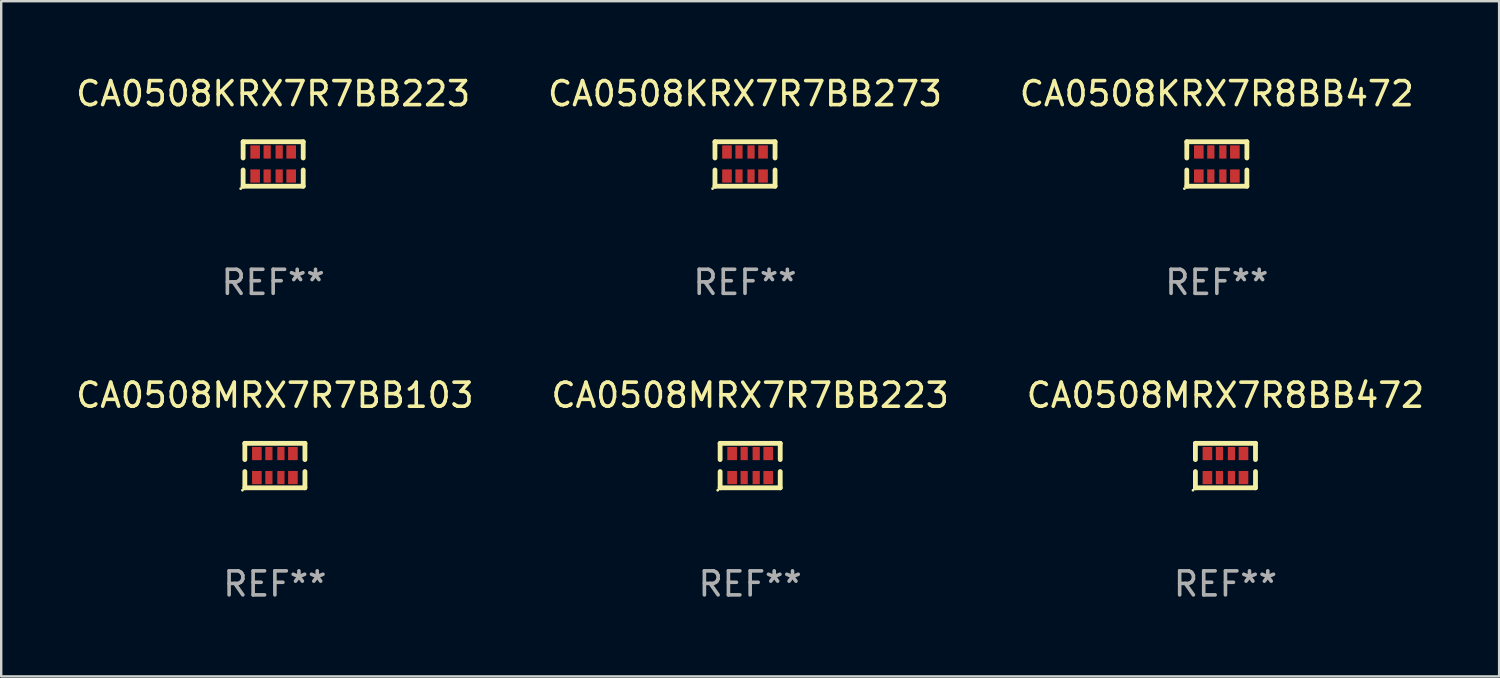
<source format=kicad_pcb>
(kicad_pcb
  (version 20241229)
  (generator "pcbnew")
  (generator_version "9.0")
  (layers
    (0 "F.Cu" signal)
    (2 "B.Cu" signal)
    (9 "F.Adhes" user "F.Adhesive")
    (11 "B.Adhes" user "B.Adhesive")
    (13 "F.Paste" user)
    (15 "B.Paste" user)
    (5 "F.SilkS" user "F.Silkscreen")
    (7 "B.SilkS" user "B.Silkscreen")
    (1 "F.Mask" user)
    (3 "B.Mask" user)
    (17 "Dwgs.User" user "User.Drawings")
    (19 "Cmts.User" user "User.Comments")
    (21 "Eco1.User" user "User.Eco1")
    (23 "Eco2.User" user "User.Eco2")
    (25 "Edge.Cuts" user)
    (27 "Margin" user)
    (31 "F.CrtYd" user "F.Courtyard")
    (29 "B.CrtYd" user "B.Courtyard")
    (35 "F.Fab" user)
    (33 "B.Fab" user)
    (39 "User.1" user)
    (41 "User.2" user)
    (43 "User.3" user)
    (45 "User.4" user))
  (footprint "CA0508KRX7R7BB273"
    (layer "F.Cu")
    (at 27.946 3.773)
    (property "Reference" "CA0508KRX7R7BB273" (at 0 -2.925 0) (layer "F.SilkS") (effects (font (size 1 1) (thickness 0.15))))
    (attr through_hole)
    (fp_line (start -1.25 -0.925) (end -1.25 -0.25) (stroke (width 0.2) (type solid)) (layer "F.SilkS"))
    (fp_line (start -1.25 0.925) (end -1.25 0.25) (stroke (width 0.2) (type solid)) (layer "F.SilkS"))
    (fp_line (start 1.25 -0.925) (end -1.25 -0.925) (stroke (width 0.2) (type solid)) (layer "F.SilkS"))
    (fp_line (start 1.25 -0.25) (end 1.25 -0.925) (stroke (width 0.2) (type solid)) (layer "F.SilkS"))
    (fp_line (start 1.25 0.25) (end 1.25 0.925) (stroke (width 0.2) (type solid)) (layer "F.SilkS"))
    (fp_line (start 1.25 0.925) (end -1.25 0.925) (stroke (width 0.2) (type solid)) (layer "F.SilkS"))
    (fp_circle (center -1.35 1.025) (end -1.32 1.025) (stroke (width 0.06) (type solid)) (fill no) (layer "F.SilkS"))
    (fp_text user "REF**" (at 0 4.925 0) (layer "F.Fab") (effects (font (size 1 1) (thickness 0.15))))
    (pad "1" smd rect (at -0.75 0.5 90) (size 0.55 0.4) (layers "F.Cu" "F.Mask" "F.Paste"))
    (pad "2" smd rect (at -0.25 0.5 90) (size 0.55 0.3) (layers "F.Cu" "F.Mask" "F.Paste"))
    (pad "3" smd rect (at 0.25 0.5 90) (size 0.55 0.3) (layers "F.Cu" "F.Mask" "F.Paste"))
    (pad "4" smd rect (at 0.75 0.5 90) (size 0.55 0.4) (layers "F.Cu" "F.Mask" "F.Paste"))
    (pad "5" smd rect (at 0.75 -0.5 90) (size 0.55 0.4) (layers "F.Cu" "F.Mask" "F.Paste"))
    (pad "6" smd rect (at 0.25 -0.5 90) (size 0.55 0.3) (layers "F.Cu" "F.Mask" "F.Paste"))
    (pad "7" smd rect (at -0.25 -0.5 90) (size 0.55 0.3) (layers "F.Cu" "F.Mask" "F.Paste"))
    (pad "8" smd rect (at -0.75 -0.5 90) (size 0.55 0.4) (layers "F.Cu" "F.Mask" "F.Paste")))
  (footprint "CA0508MRX7R7BB223"
    (layer "F.Cu")
    (at 28.161 16.32)
    (property "Reference" "CA0508MRX7R7BB223" (at 0 -2.925 0) (layer "F.SilkS") (effects (font (size 1 1) (thickness 0.15))))
    (attr through_hole)
    (fp_line (start -1.25 -0.925) (end -1.25 -0.25) (stroke (width 0.2) (type solid)) (layer "F.SilkS"))
    (fp_line (start -1.25 0.925) (end -1.25 0.25) (stroke (width 0.2) (type solid)) (layer "F.SilkS"))
    (fp_line (start 1.25 -0.925) (end -1.25 -0.925) (stroke (width 0.2) (type solid)) (layer "F.SilkS"))
    (fp_line (start 1.25 -0.25) (end 1.25 -0.925) (stroke (width 0.2) (type solid)) (layer "F.SilkS"))
    (fp_line (start 1.25 0.25) (end 1.25 0.925) (stroke (width 0.2) (type solid)) (layer "F.SilkS"))
    (fp_line (start 1.25 0.925) (end -1.25 0.925) (stroke (width 0.2) (type solid)) (layer "F.SilkS"))
    (fp_circle (center -1.35 1.025) (end -1.32 1.025) (stroke (width 0.06) (type solid)) (fill no) (layer "F.SilkS"))
    (fp_text user "REF**" (at 0 4.925 0) (layer "F.Fab") (effects (font (size 1 1) (thickness 0.15))))
    (pad "1" smd rect (at -0.75 0.5 90) (size 0.55 0.4) (layers "F.Cu" "F.Mask" "F.Paste"))
    (pad "2" smd rect (at -0.25 0.5 90) (size 0.55 0.3) (layers "F.Cu" "F.Mask" "F.Paste"))
    (pad "3" smd rect (at 0.25 0.5 90) (size 0.55 0.3) (layers "F.Cu" "F.Mask" "F.Paste"))
    (pad "4" smd rect (at 0.75 0.5 90) (size 0.55 0.4) (layers "F.Cu" "F.Mask" "F.Paste"))
    (pad "5" smd rect (at 0.75 -0.5 90) (size 0.55 0.4) (layers "F.Cu" "F.Mask" "F.Paste"))
    (pad "6" smd rect (at 0.25 -0.5 90) (size 0.55 0.3) (layers "F.Cu" "F.Mask" "F.Paste"))
    (pad "7" smd rect (at -0.25 -0.5 90) (size 0.55 0.3) (layers "F.Cu" "F.Mask" "F.Paste"))
    (pad "8" smd rect (at -0.75 -0.5 90) (size 0.55 0.4) (layers "F.Cu" "F.Mask" "F.Paste")))
  (footprint "CA0508KRX7R7BB223"
    (layer "F.Cu")
    (at 8.315 3.773)
    (property "Reference" "CA0508KRX7R7BB223" (at 0 -2.925 0) (layer "F.SilkS") (effects (font (size 1 1) (thickness 0.15))))
    (attr through_hole)
    (fp_line (start -1.25 -0.925) (end -1.25 -0.25) (stroke (width 0.2) (type solid)) (layer "F.SilkS"))
    (fp_line (start -1.25 0.925) (end -1.25 0.25) (stroke (width 0.2) (type solid)) (layer "F.SilkS"))
    (fp_line (start 1.25 -0.925) (end -1.25 -0.925) (stroke (width 0.2) (type solid)) (layer "F.SilkS"))
    (fp_line (start 1.25 -0.25) (end 1.25 -0.925) (stroke (width 0.2) (type solid)) (layer "F.SilkS"))
    (fp_line (start 1.25 0.25) (end 1.25 0.925) (stroke (width 0.2) (type solid)) (layer "F.SilkS"))
    (fp_line (start 1.25 0.925) (end -1.25 0.925) (stroke (width 0.2) (type solid)) (layer "F.SilkS"))
    (fp_circle (center -1.35 1.025) (end -1.32 1.025) (stroke (width 0.06) (type solid)) (fill no) (layer "F.SilkS"))
    (fp_text user "REF**" (at 0 4.925 0) (layer "F.Fab") (effects (font (size 1 1) (thickness 0.15))))
    (pad "1" smd rect (at -0.75 0.5 90) (size 0.55 0.4) (layers "F.Cu" "F.Mask" "F.Paste"))
    (pad "2" smd rect (at -0.25 0.5 90) (size 0.55 0.3) (layers "F.Cu" "F.Mask" "F.Paste"))
    (pad "3" smd rect (at 0.25 0.5 90) (size 0.55 0.3) (layers "F.Cu" "F.Mask" "F.Paste"))
    (pad "4" smd rect (at 0.75 0.5 90) (size 0.55 0.4) (layers "F.Cu" "F.Mask" "F.Paste"))
    (pad "5" smd rect (at 0.75 -0.5 90) (size 0.55 0.4) (layers "F.Cu" "F.Mask" "F.Paste"))
    (pad "6" smd rect (at 0.25 -0.5 90) (size 0.55 0.3) (layers "F.Cu" "F.Mask" "F.Paste"))
    (pad "7" smd rect (at -0.25 -0.5 90) (size 0.55 0.3) (layers "F.Cu" "F.Mask" "F.Paste"))
    (pad "8" smd rect (at -0.75 -0.5 90) (size 0.55 0.4) (layers "F.Cu" "F.Mask" "F.Paste")))
  (footprint "CA0508MRX7R7BB103"
    (layer "F.Cu")
    (at 8.387 16.32)
    (property "Reference" "CA0508MRX7R7BB103" (at 0 -2.925 0) (layer "F.SilkS") (effects (font (size 1 1) (thickness 0.15))))
    (attr through_hole)
    (fp_line (start -1.25 -0.925) (end -1.25 -0.25) (stroke (width 0.2) (type solid)) (layer "F.SilkS"))
    (fp_line (start -1.25 0.925) (end -1.25 0.25) (stroke (width 0.2) (type solid)) (layer "F.SilkS"))
    (fp_line (start 1.25 -0.925) (end -1.25 -0.925) (stroke (width 0.2) (type solid)) (layer "F.SilkS"))
    (fp_line (start 1.25 -0.25) (end 1.25 -0.925) (stroke (width 0.2) (type solid)) (layer "F.SilkS"))
    (fp_line (start 1.25 0.25) (end 1.25 0.925) (stroke (width 0.2) (type solid)) (layer "F.SilkS"))
    (fp_line (start 1.25 0.925) (end -1.25 0.925) (stroke (width 0.2) (type solid)) (layer "F.SilkS"))
    (fp_circle (center -1.35 1.025) (end -1.32 1.025) (stroke (width 0.06) (type solid)) (fill no) (layer "F.SilkS"))
    (fp_text user "REF**" (at 0 4.925 0) (layer "F.Fab") (effects (font (size 1 1) (thickness 0.15))))
    (pad "1" smd rect (at -0.75 0.5 90) (size 0.55 0.4) (layers "F.Cu" "F.Mask" "F.Paste"))
    (pad "2" smd rect (at -0.25 0.5 90) (size 0.55 0.3) (layers "F.Cu" "F.Mask" "F.Paste"))
    (pad "3" smd rect (at 0.25 0.5 90) (size 0.55 0.3) (layers "F.Cu" "F.Mask" "F.Paste"))
    (pad "4" smd rect (at 0.75 0.5 90) (size 0.55 0.4) (layers "F.Cu" "F.Mask" "F.Paste"))
    (pad "5" smd rect (at 0.75 -0.5 90) (size 0.55 0.4) (layers "F.Cu" "F.Mask" "F.Paste"))
    (pad "6" smd rect (at 0.25 -0.5 90) (size 0.55 0.3) (layers "F.Cu" "F.Mask" "F.Paste"))
    (pad "7" smd rect (at -0.25 -0.5 90) (size 0.55 0.3) (layers "F.Cu" "F.Mask" "F.Paste"))
    (pad "8" smd rect (at -0.75 -0.5 90) (size 0.55 0.4) (layers "F.Cu" "F.Mask" "F.Paste")))
  (footprint "CA0508MRX7R8BB472"
    (layer "F.Cu")
    (at 47.935 16.32)
    (property "Reference" "CA0508MRX7R8BB472" (at 0 -2.925 0) (layer "F.SilkS") (effects (font (size 1 1) (thickness 0.15))))
    (attr through_hole)
    (fp_line (start -1.25 -0.925) (end -1.25 -0.25) (stroke (width 0.2) (type solid)) (layer "F.SilkS"))
    (fp_line (start -1.25 0.925) (end -1.25 0.25) (stroke (width 0.2) (type solid)) (layer "F.SilkS"))
    (fp_line (start 1.25 -0.925) (end -1.25 -0.925) (stroke (width 0.2) (type solid)) (layer "F.SilkS"))
    (fp_line (start 1.25 -0.25) (end 1.25 -0.925) (stroke (width 0.2) (type solid)) (layer "F.SilkS"))
    (fp_line (start 1.25 0.25) (end 1.25 0.925) (stroke (width 0.2) (type solid)) (layer "F.SilkS"))
    (fp_line (start 1.25 0.925) (end -1.25 0.925) (stroke (width 0.2) (type solid)) (layer "F.SilkS"))
    (fp_circle (center -1.35 1.025) (end -1.32 1.025) (stroke (width 0.06) (type solid)) (fill no) (layer "F.SilkS"))
    (fp_text user "REF**" (at 0 4.925 0) (layer "F.Fab") (effects (font (size 1 1) (thickness 0.15))))
    (pad "1" smd rect (at -0.75 0.5 90) (size 0.55 0.4) (layers "F.Cu" "F.Mask" "F.Paste"))
    (pad "2" smd rect (at -0.25 0.5 90) (size 0.55 0.3) (layers "F.Cu" "F.Mask" "F.Paste"))
    (pad "3" smd rect (at 0.25 0.5 90) (size 0.55 0.3) (layers "F.Cu" "F.Mask" "F.Paste"))
    (pad "4" smd rect (at 0.75 0.5 90) (size 0.55 0.4) (layers "F.Cu" "F.Mask" "F.Paste"))
    (pad "5" smd rect (at 0.75 -0.5 90) (size 0.55 0.4) (layers "F.Cu" "F.Mask" "F.Paste"))
    (pad "6" smd rect (at 0.25 -0.5 90) (size 0.55 0.3) (layers "F.Cu" "F.Mask" "F.Paste"))
    (pad "7" smd rect (at -0.25 -0.5 90) (size 0.55 0.3) (layers "F.Cu" "F.Mask" "F.Paste"))
    (pad "8" smd rect (at -0.75 -0.5 90) (size 0.55 0.4) (layers "F.Cu" "F.Mask" "F.Paste")))
  (footprint "CA0508KRX7R8BB472"
    (layer "F.Cu")
    (at 47.577 3.773)
    (property "Reference" "CA0508KRX7R8BB472" (at 0 -2.925 0) (layer "F.SilkS") (effects (font (size 1 1) (thickness 0.15))))
    (attr through_hole)
    (fp_line (start -1.25 -0.925) (end -1.25 -0.25) (stroke (width 0.2) (type solid)) (layer "F.SilkS"))
    (fp_line (start -1.25 0.925) (end -1.25 0.25) (stroke (width 0.2) (type solid)) (layer "F.SilkS"))
    (fp_line (start 1.25 -0.925) (end -1.25 -0.925) (stroke (width 0.2) (type solid)) (layer "F.SilkS"))
    (fp_line (start 1.25 -0.25) (end 1.25 -0.925) (stroke (width 0.2) (type solid)) (layer "F.SilkS"))
    (fp_line (start 1.25 0.25) (end 1.25 0.925) (stroke (width 0.2) (type solid)) (layer "F.SilkS"))
    (fp_line (start 1.25 0.925) (end -1.25 0.925) (stroke (width 0.2) (type solid)) (layer "F.SilkS"))
    (fp_circle (center -1.35 1.025) (end -1.32 1.025) (stroke (width 0.06) (type solid)) (fill no) (layer "F.SilkS"))
    (fp_text user "REF**" (at 0 4.925 0) (layer "F.Fab") (effects (font (size 1 1) (thickness 0.15))))
    (pad "1" smd rect (at -0.75 0.5 90) (size 0.55 0.4) (layers "F.Cu" "F.Mask" "F.Paste"))
    (pad "2" smd rect (at -0.25 0.5 90) (size 0.55 0.3) (layers "F.Cu" "F.Mask" "F.Paste"))
    (pad "3" smd rect (at 0.25 0.5 90) (size 0.55 0.3) (layers "F.Cu" "F.Mask" "F.Paste"))
    (pad "4" smd rect (at 0.75 0.5 90) (size 0.55 0.4) (layers "F.Cu" "F.Mask" "F.Paste"))
    (pad "5" smd rect (at 0.75 -0.5 90) (size 0.55 0.4) (layers "F.Cu" "F.Mask" "F.Paste"))
    (pad "6" smd rect (at 0.25 -0.5 90) (size 0.55 0.3) (layers "F.Cu" "F.Mask" "F.Paste"))
    (pad "7" smd rect (at -0.25 -0.5 90) (size 0.55 0.3) (layers "F.Cu" "F.Mask" "F.Paste"))
    (pad "8" smd rect (at -0.75 -0.5 90) (size 0.55 0.4) (layers "F.Cu" "F.Mask" "F.Paste")))
  (gr_rect
    (start -3 -3)
    (end 59.321 25.093)
    (stroke (width 0.1) (type default))
    (fill no)
    (layer "Edge.Cuts")))
</source>
